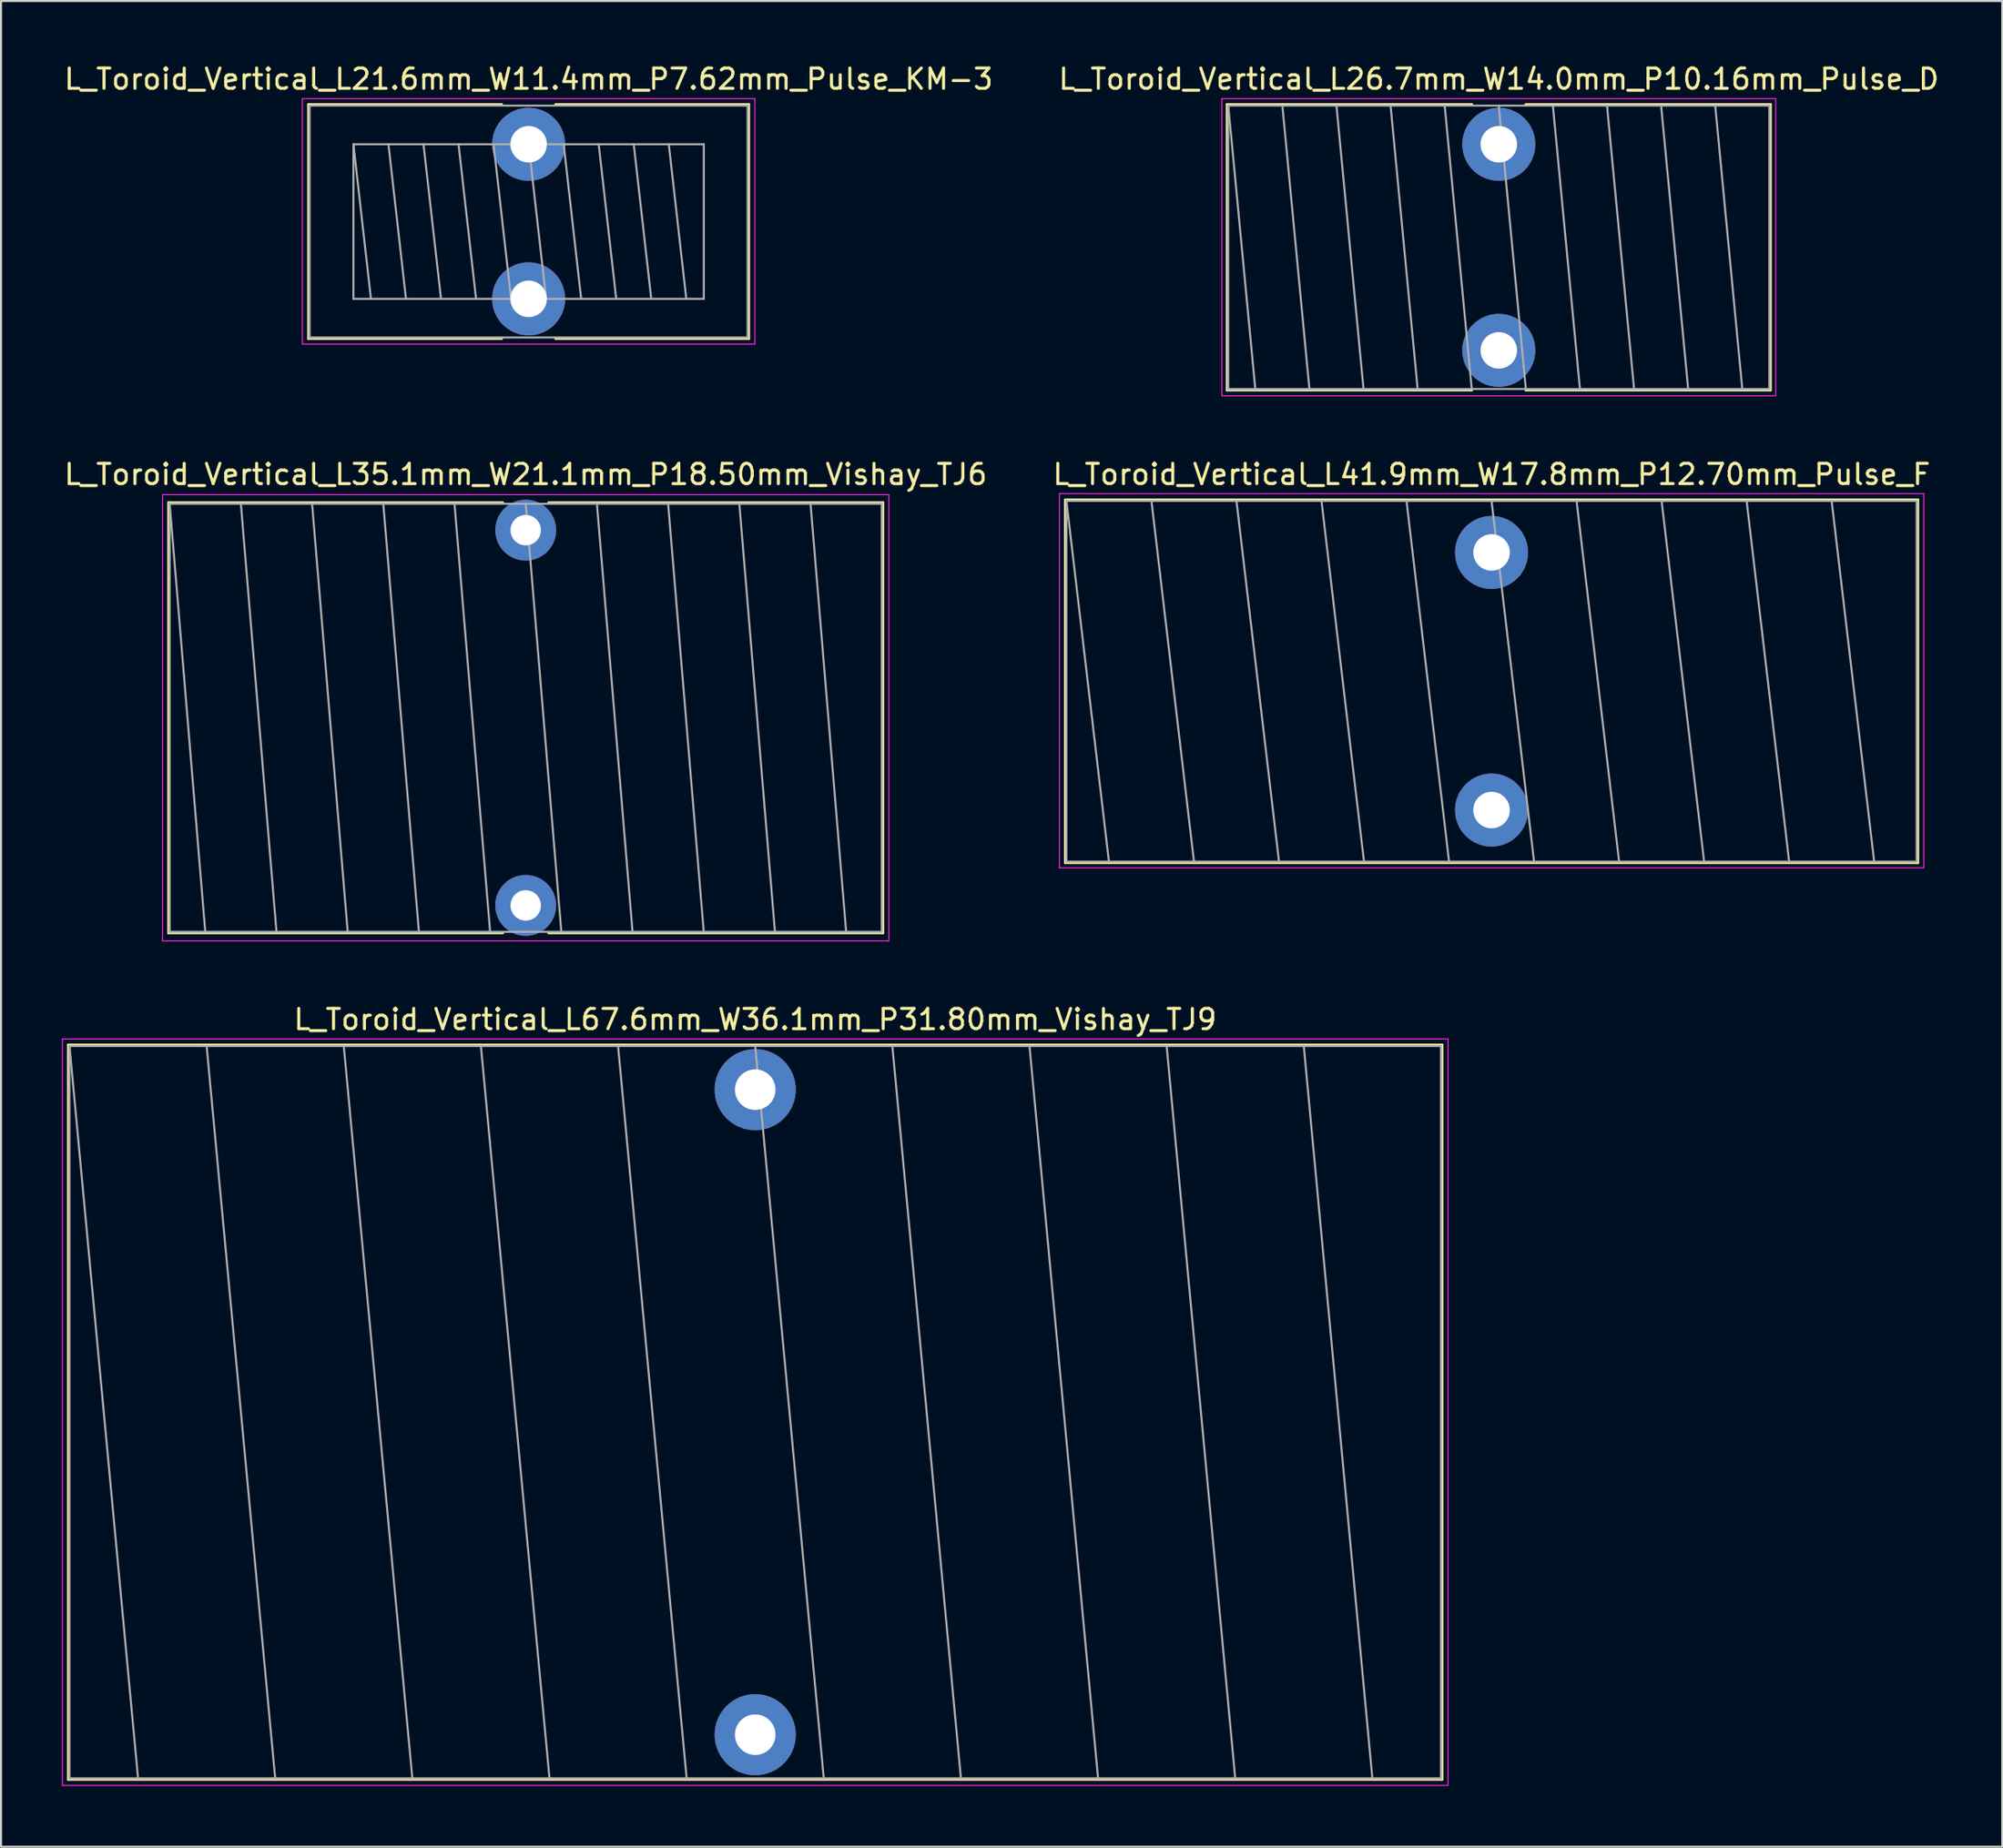
<source format=kicad_pcb>
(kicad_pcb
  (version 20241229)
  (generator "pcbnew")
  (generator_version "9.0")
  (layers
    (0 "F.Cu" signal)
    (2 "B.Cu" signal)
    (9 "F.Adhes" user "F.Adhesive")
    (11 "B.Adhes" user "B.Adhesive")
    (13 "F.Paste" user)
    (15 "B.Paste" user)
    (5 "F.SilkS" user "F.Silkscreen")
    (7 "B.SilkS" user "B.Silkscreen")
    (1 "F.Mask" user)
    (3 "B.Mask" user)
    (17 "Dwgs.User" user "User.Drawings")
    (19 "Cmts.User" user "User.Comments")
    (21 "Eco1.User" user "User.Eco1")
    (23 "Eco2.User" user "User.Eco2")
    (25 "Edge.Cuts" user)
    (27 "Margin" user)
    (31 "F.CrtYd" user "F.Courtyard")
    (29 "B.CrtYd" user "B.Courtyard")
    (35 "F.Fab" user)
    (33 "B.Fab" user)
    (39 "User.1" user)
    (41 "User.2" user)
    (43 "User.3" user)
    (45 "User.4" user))
  (footprint "L_Toroid_Vertical_L41.9mm_W17.8mm_P12.70mm_Pulse_F"
    (layer "F.Cu")
    (at 70.47 24.186)
    (property "Reference" "L_Toroid_Vertical_L41.9mm_W17.8mm_P12.70mm_Pulse_F" (at 0 -3.85 0) (layer "F.SilkS") (effects (font (size 1 1) (thickness 0.15))))
    (attr through_hole)
    (fp_line (start -21.015 -2.6) (end -21.015 15.3) (stroke (width 0.12) (type solid)) (layer "F.SilkS"))
    (fp_line (start -21.015 -2.6) (end 21.015 -2.6) (stroke (width 0.12) (type solid)) (layer "F.SilkS"))
    (fp_line (start -21.015 15.3) (end 21.015 15.3) (stroke (width 0.12) (type solid)) (layer "F.SilkS"))
    (fp_line (start 21.015 -2.6) (end 21.015 15.3) (stroke (width 0.12) (type solid)) (layer "F.SilkS"))
    (fp_line (start -21.3 -2.9) (end -21.3 15.55) (stroke (width 0.05) (type solid)) (layer "F.CrtYd"))
    (fp_line (start -21.3 15.55) (end 21.3 15.55) (stroke (width 0.05) (type solid)) (layer "F.CrtYd"))
    (fp_line (start 21.3 -2.9) (end -21.3 -2.9) (stroke (width 0.05) (type solid)) (layer "F.CrtYd"))
    (fp_line (start 21.3 15.55) (end 21.3 -2.9) (stroke (width 0.05) (type solid)) (layer "F.CrtYd"))
    (fp_line (start -20.955 -2.54) (end -20.955 15.24) (stroke (width 0.1) (type solid)) (layer "F.Fab"))
    (fp_line (start -20.955 -2.54) (end -18.86 15.24) (stroke (width 0.1) (type solid)) (layer "F.Fab"))
    (fp_line (start -20.955 15.24) (end 20.955 15.24) (stroke (width 0.1) (type solid)) (layer "F.Fab"))
    (fp_line (start -16.764 -2.54) (end -14.668 15.24) (stroke (width 0.1) (type solid)) (layer "F.Fab"))
    (fp_line (start -12.573 -2.54) (end -10.477 15.24) (stroke (width 0.1) (type solid)) (layer "F.Fab"))
    (fp_line (start -8.382 -2.54) (end -6.287 15.24) (stroke (width 0.1) (type solid)) (layer "F.Fab"))
    (fp_line (start -4.191 -2.54) (end -2.095 15.24) (stroke (width 0.1) (type solid)) (layer "F.Fab"))
    (fp_line (start 0 -2.54) (end 2.095 15.24) (stroke (width 0.1) (type solid)) (layer "F.Fab"))
    (fp_line (start 4.191 -2.54) (end 6.287 15.24) (stroke (width 0.1) (type solid)) (layer "F.Fab"))
    (fp_line (start 8.382 -2.54) (end 10.477 15.24) (stroke (width 0.1) (type solid)) (layer "F.Fab"))
    (fp_line (start 12.573 -2.54) (end 14.668 15.24) (stroke (width 0.1) (type solid)) (layer "F.Fab"))
    (fp_line (start 16.764 -2.54) (end 18.86 15.24) (stroke (width 0.1) (type solid)) (layer "F.Fab"))
    (fp_line (start 20.955 -2.54) (end -20.955 -2.54) (stroke (width 0.1) (type solid)) (layer "F.Fab"))
    (fp_line (start 20.955 15.24) (end 20.955 -2.54) (stroke (width 0.1) (type solid)) (layer "F.Fab"))
    (pad "1" thru_hole circle (at 0 0) (size 3.6 3.6) (drill 1.8) (layers "*.Cu" "*.Mask"))
    (pad "2" thru_hole circle (at 0 12.7) (size 3.6 3.6) (drill 1.8) (layers "*.Cu" "*.Mask")))
  (footprint "L_Toroid_Vertical_L21.6mm_W11.4mm_P7.62mm_Pulse_KM-3"
    (layer "F.Cu")
    (at 23.006 4.063)
    (property "Reference" "L_Toroid_Vertical_L21.6mm_W11.4mm_P7.62mm_Pulse_KM-3" (at 0 -3.215 0) (layer "F.SilkS") (effects (font (size 1 1) (thickness 0.15))))
    (attr through_hole)
    (fp_line (start -10.855 -1.965) (end -10.855 9.585) (stroke (width 0.12) (type solid)) (layer "F.SilkS"))
    (fp_line (start -10.855 -1.965) (end -1.325 -1.965) (stroke (width 0.12) (type solid)) (layer "F.SilkS"))
    (fp_line (start -10.855 9.585) (end -1.325 9.585) (stroke (width 0.12) (type solid)) (layer "F.SilkS"))
    (fp_line (start 1.325 -1.965) (end 10.855 -1.965) (stroke (width 0.12) (type solid)) (layer "F.SilkS"))
    (fp_line (start 1.325 9.585) (end 10.855 9.585) (stroke (width 0.12) (type solid)) (layer "F.SilkS"))
    (fp_line (start 10.855 -1.965) (end 10.855 9.585) (stroke (width 0.12) (type solid)) (layer "F.SilkS"))
    (fp_line (start -11.15 -2.25) (end -11.15 9.85) (stroke (width 0.05) (type solid)) (layer "F.CrtYd"))
    (fp_line (start -11.15 9.85) (end 11.15 9.85) (stroke (width 0.05) (type solid)) (layer "F.CrtYd"))
    (fp_line (start 11.15 -2.25) (end -11.15 -2.25) (stroke (width 0.05) (type solid)) (layer "F.CrtYd"))
    (fp_line (start 11.15 9.85) (end 11.15 -2.25) (stroke (width 0.05) (type solid)) (layer "F.CrtYd"))
    (fp_line (start -10.795 -1.905) (end -10.795 9.525) (stroke (width 0.1) (type solid)) (layer "F.Fab"))
    (fp_line (start -10.795 9.525) (end 10.795 9.525) (stroke (width 0.1) (type solid)) (layer "F.Fab"))
    (fp_line (start -8.636 0) (end -8.636 7.62) (stroke (width 0.1) (type solid)) (layer "F.Fab"))
    (fp_line (start -8.636 0) (end -7.772 7.62) (stroke (width 0.1) (type solid)) (layer "F.Fab"))
    (fp_line (start -8.636 7.62) (end 8.636 7.62) (stroke (width 0.1) (type solid)) (layer "F.Fab"))
    (fp_line (start -6.909 0) (end -6.045 7.62) (stroke (width 0.1) (type solid)) (layer "F.Fab"))
    (fp_line (start -5.182 0) (end -4.318 7.62) (stroke (width 0.1) (type solid)) (layer "F.Fab"))
    (fp_line (start -3.454 0) (end -2.591 7.62) (stroke (width 0.1) (type solid)) (layer "F.Fab"))
    (fp_line (start -1.727 0) (end -0.864 7.62) (stroke (width 0.1) (type solid)) (layer "F.Fab"))
    (fp_line (start 0 0) (end 0.864 7.62) (stroke (width 0.1) (type solid)) (layer "F.Fab"))
    (fp_line (start 1.727 0) (end 2.591 7.62) (stroke (width 0.1) (type solid)) (layer "F.Fab"))
    (fp_line (start 3.454 0) (end 4.318 7.62) (stroke (width 0.1) (type solid)) (layer "F.Fab"))
    (fp_line (start 5.182 0) (end 6.045 7.62) (stroke (width 0.1) (type solid)) (layer "F.Fab"))
    (fp_line (start 6.909 0) (end 7.772 7.62) (stroke (width 0.1) (type solid)) (layer "F.Fab"))
    (fp_line (start 8.636 0) (end -8.636 0) (stroke (width 0.1) (type solid)) (layer "F.Fab"))
    (fp_line (start 8.636 7.62) (end 8.636 0) (stroke (width 0.1) (type solid)) (layer "F.Fab"))
    (fp_line (start 10.795 -1.905) (end -10.795 -1.905) (stroke (width 0.1) (type solid)) (layer "F.Fab"))
    (fp_line (start 10.795 9.525) (end 10.795 -1.905) (stroke (width 0.1) (type solid)) (layer "F.Fab"))
    (pad "1" thru_hole circle (at 0 0) (size 3.6 3.6) (drill 1.8) (layers "*.Cu" "*.Mask"))
    (pad "2" thru_hole circle (at 0 7.62) (size 3.6 3.6) (drill 1.8) (layers "*.Cu" "*.Mask")))
  (footprint "L_Toroid_Vertical_L35.1mm_W21.1mm_P18.50mm_Vishay_TJ6"
    (layer "F.Cu")
    (at 22.863 23.087)
    (property "Reference" "L_Toroid_Vertical_L35.1mm_W21.1mm_P18.50mm_Vishay_TJ6" (at 0 -2.75 0) (layer "F.SilkS") (effects (font (size 1 1) (thickness 0.15))))
    (attr through_hole)
    (fp_line (start -17.61 -1.361) (end -17.61 19.861) (stroke (width 0.12) (type solid)) (layer "F.SilkS"))
    (fp_line (start -17.61 -1.361) (end -1.127 -1.361) (stroke (width 0.12) (type solid)) (layer "F.SilkS"))
    (fp_line (start -17.61 19.861) (end -1.127 19.861) (stroke (width 0.12) (type solid)) (layer "F.SilkS"))
    (fp_line (start 1.127 -1.361) (end 17.61 -1.361) (stroke (width 0.12) (type solid)) (layer "F.SilkS"))
    (fp_line (start 1.127 19.861) (end 17.61 19.861) (stroke (width 0.12) (type solid)) (layer "F.SilkS"))
    (fp_line (start 17.61 -1.361) (end 17.61 19.861) (stroke (width 0.12) (type solid)) (layer "F.SilkS"))
    (fp_line (start -17.9 -1.75) (end -17.9 20.25) (stroke (width 0.05) (type solid)) (layer "F.CrtYd"))
    (fp_line (start -17.9 20.25) (end 17.9 20.25) (stroke (width 0.05) (type solid)) (layer "F.CrtYd"))
    (fp_line (start 17.9 -1.75) (end -17.9 -1.75) (stroke (width 0.05) (type solid)) (layer "F.CrtYd"))
    (fp_line (start 17.9 20.25) (end 17.9 -1.75) (stroke (width 0.05) (type solid)) (layer "F.CrtYd"))
    (fp_line (start -17.55 -1.3) (end -17.55 19.8) (stroke (width 0.1) (type solid)) (layer "F.Fab"))
    (fp_line (start -17.55 -1.3) (end -15.795 19.8) (stroke (width 0.1) (type solid)) (layer "F.Fab"))
    (fp_line (start -17.55 19.8) (end 17.55 19.8) (stroke (width 0.1) (type solid)) (layer "F.Fab"))
    (fp_line (start -14.04 -1.3) (end -12.285 19.8) (stroke (width 0.1) (type solid)) (layer "F.Fab"))
    (fp_line (start -10.53 -1.3) (end -8.775 19.8) (stroke (width 0.1) (type solid)) (layer "F.Fab"))
    (fp_line (start -7.02 -1.3) (end -5.265 19.8) (stroke (width 0.1) (type solid)) (layer "F.Fab"))
    (fp_line (start -3.51 -1.3) (end -1.755 19.8) (stroke (width 0.1) (type solid)) (layer "F.Fab"))
    (fp_line (start 0 -1.3) (end 1.755 19.8) (stroke (width 0.1) (type solid)) (layer "F.Fab"))
    (fp_line (start 3.51 -1.3) (end 5.265 19.8) (stroke (width 0.1) (type solid)) (layer "F.Fab"))
    (fp_line (start 7.02 -1.3) (end 8.775 19.8) (stroke (width 0.1) (type solid)) (layer "F.Fab"))
    (fp_line (start 10.53 -1.3) (end 12.285 19.8) (stroke (width 0.1) (type solid)) (layer "F.Fab"))
    (fp_line (start 14.04 -1.3) (end 15.795 19.8) (stroke (width 0.1) (type solid)) (layer "F.Fab"))
    (fp_line (start 17.55 -1.3) (end -17.55 -1.3) (stroke (width 0.1) (type solid)) (layer "F.Fab"))
    (fp_line (start 17.55 19.8) (end 17.55 -1.3) (stroke (width 0.1) (type solid)) (layer "F.Fab"))
    (pad "1" thru_hole circle (at 0 0) (size 3 3) (drill 1.5) (layers "*.Cu" "*.Mask"))
    (pad "2" thru_hole circle (at 0 18.5) (size 3 3) (drill 1.5) (layers "*.Cu" "*.Mask")))
  (footprint "L_Toroid_Vertical_L67.6mm_W36.1mm_P31.80mm_Vishay_TJ9"
    (layer "F.Cu")
    (at 34.175 50.67)
    (property "Reference" "L_Toroid_Vertical_L67.6mm_W36.1mm_P31.80mm_Vishay_TJ9" (at 0 -3.46 0) (layer "F.SilkS") (effects (font (size 1 1) (thickness 0.15))))
    (attr through_hole)
    (fp_line (start -33.86 -2.21) (end -33.86 34.01) (stroke (width 0.12) (type solid)) (layer "F.SilkS"))
    (fp_line (start -33.86 -2.21) (end 33.86 -2.21) (stroke (width 0.12) (type solid)) (layer "F.SilkS"))
    (fp_line (start -33.86 34.01) (end 33.86 34.01) (stroke (width 0.12) (type solid)) (layer "F.SilkS"))
    (fp_line (start 33.86 -2.21) (end 33.86 34.01) (stroke (width 0.12) (type solid)) (layer "F.SilkS"))
    (fp_line (start -34.15 -2.5) (end -34.15 34.3) (stroke (width 0.05) (type solid)) (layer "F.CrtYd"))
    (fp_line (start -34.15 34.3) (end 34.15 34.3) (stroke (width 0.05) (type solid)) (layer "F.CrtYd"))
    (fp_line (start 34.15 -2.5) (end -34.15 -2.5) (stroke (width 0.05) (type solid)) (layer "F.CrtYd"))
    (fp_line (start 34.15 34.3) (end 34.15 -2.5) (stroke (width 0.05) (type solid)) (layer "F.CrtYd"))
    (fp_line (start -33.8 -2.15) (end -33.8 33.95) (stroke (width 0.1) (type solid)) (layer "F.Fab"))
    (fp_line (start -33.8 -2.15) (end -30.42 33.95) (stroke (width 0.1) (type solid)) (layer "F.Fab"))
    (fp_line (start -33.8 33.95) (end 33.8 33.95) (stroke (width 0.1) (type solid)) (layer "F.Fab"))
    (fp_line (start -27.04 -2.15) (end -23.66 33.95) (stroke (width 0.1) (type solid)) (layer "F.Fab"))
    (fp_line (start -20.28 -2.15) (end -16.9 33.95) (stroke (width 0.1) (type solid)) (layer "F.Fab"))
    (fp_line (start -13.52 -2.15) (end -10.14 33.95) (stroke (width 0.1) (type solid)) (layer "F.Fab"))
    (fp_line (start -6.76 -2.15) (end -3.38 33.95) (stroke (width 0.1) (type solid)) (layer "F.Fab"))
    (fp_line (start 0 -2.15) (end 3.38 33.95) (stroke (width 0.1) (type solid)) (layer "F.Fab"))
    (fp_line (start 6.76 -2.15) (end 10.14 33.95) (stroke (width 0.1) (type solid)) (layer "F.Fab"))
    (fp_line (start 13.52 -2.15) (end 16.9 33.95) (stroke (width 0.1) (type solid)) (layer "F.Fab"))
    (fp_line (start 20.28 -2.15) (end 23.66 33.95) (stroke (width 0.1) (type solid)) (layer "F.Fab"))
    (fp_line (start 27.04 -2.15) (end 30.42 33.95) (stroke (width 0.1) (type solid)) (layer "F.Fab"))
    (fp_line (start 33.8 -2.15) (end -33.8 -2.15) (stroke (width 0.1) (type solid)) (layer "F.Fab"))
    (fp_line (start 33.8 33.95) (end 33.8 -2.15) (stroke (width 0.1) (type solid)) (layer "F.Fab"))
    (pad "1" thru_hole circle (at 0 0) (size 4 4) (drill 2) (layers "*.Cu" "*.Mask"))
    (pad "2" thru_hole circle (at 0 31.8) (size 4 4) (drill 2) (layers "*.Cu" "*.Mask")))
  (footprint "L_Toroid_Vertical_L26.7mm_W14.0mm_P10.16mm_Pulse_D"
    (layer "F.Cu")
    (at 70.827 4.063)
    (property "Reference" "L_Toroid_Vertical_L26.7mm_W14.0mm_P10.16mm_Pulse_D" (at 0 -3.215 0) (layer "F.SilkS") (effects (font (size 1 1) (thickness 0.15))))
    (attr through_hole)
    (fp_line (start -13.396 -1.965) (end -13.396 12.125) (stroke (width 0.12) (type solid)) (layer "F.SilkS"))
    (fp_line (start -13.396 -1.965) (end -1.325 -1.965) (stroke (width 0.12) (type solid)) (layer "F.SilkS"))
    (fp_line (start -13.396 12.125) (end -1.325 12.125) (stroke (width 0.12) (type solid)) (layer "F.SilkS"))
    (fp_line (start 1.325 -1.965) (end 13.396 -1.965) (stroke (width 0.12) (type solid)) (layer "F.SilkS"))
    (fp_line (start 1.325 12.125) (end 13.396 12.125) (stroke (width 0.12) (type solid)) (layer "F.SilkS"))
    (fp_line (start 13.396 -1.965) (end 13.396 12.125) (stroke (width 0.12) (type solid)) (layer "F.SilkS"))
    (fp_line (start -13.65 -2.25) (end -13.65 12.4) (stroke (width 0.05) (type solid)) (layer "F.CrtYd"))
    (fp_line (start -13.65 12.4) (end 13.65 12.4) (stroke (width 0.05) (type solid)) (layer "F.CrtYd"))
    (fp_line (start 13.65 -2.25) (end -13.65 -2.25) (stroke (width 0.05) (type solid)) (layer "F.CrtYd"))
    (fp_line (start 13.65 12.4) (end 13.65 -2.25) (stroke (width 0.05) (type solid)) (layer "F.CrtYd"))
    (fp_line (start -13.335 -1.905) (end -13.335 12.065) (stroke (width 0.1) (type solid)) (layer "F.Fab"))
    (fp_line (start -13.335 -1.905) (end -12.002 12.065) (stroke (width 0.1) (type solid)) (layer "F.Fab"))
    (fp_line (start -13.335 12.065) (end 13.335 12.065) (stroke (width 0.1) (type solid)) (layer "F.Fab"))
    (fp_line (start -10.668 -1.905) (end -9.335 12.065) (stroke (width 0.1) (type solid)) (layer "F.Fab"))
    (fp_line (start -8.001 -1.905) (end -6.668 12.065) (stroke (width 0.1) (type solid)) (layer "F.Fab"))
    (fp_line (start -5.334 -1.905) (end -4 12.065) (stroke (width 0.1) (type solid)) (layer "F.Fab"))
    (fp_line (start -2.667 -1.905) (end -1.333 12.065) (stroke (width 0.1) (type solid)) (layer "F.Fab"))
    (fp_line (start 0 -1.905) (end 1.333 12.065) (stroke (width 0.1) (type solid)) (layer "F.Fab"))
    (fp_line (start 2.667 -1.905) (end 4 12.065) (stroke (width 0.1) (type solid)) (layer "F.Fab"))
    (fp_line (start 5.334 -1.905) (end 6.668 12.065) (stroke (width 0.1) (type solid)) (layer "F.Fab"))
    (fp_line (start 8.001 -1.905) (end 9.335 12.065) (stroke (width 0.1) (type solid)) (layer "F.Fab"))
    (fp_line (start 10.668 -1.905) (end 12.002 12.065) (stroke (width 0.1) (type solid)) (layer "F.Fab"))
    (fp_line (start 13.335 -1.905) (end -13.335 -1.905) (stroke (width 0.1) (type solid)) (layer "F.Fab"))
    (fp_line (start 13.335 12.065) (end 13.335 -1.905) (stroke (width 0.1) (type solid)) (layer "F.Fab"))
    (pad "1" thru_hole circle (at 0 0) (size 3.6 3.6) (drill 1.8) (layers "*.Cu" "*.Mask"))
    (pad "2" thru_hole circle (at 0 10.16) (size 3.6 3.6) (drill 1.8) (layers "*.Cu" "*.Mask")))
  (gr_rect
    (start -3 -3)
    (end 95.643 87.995)
    (stroke (width 0.1) (type default))
    (fill no)
    (layer "Edge.Cuts")))
</source>
